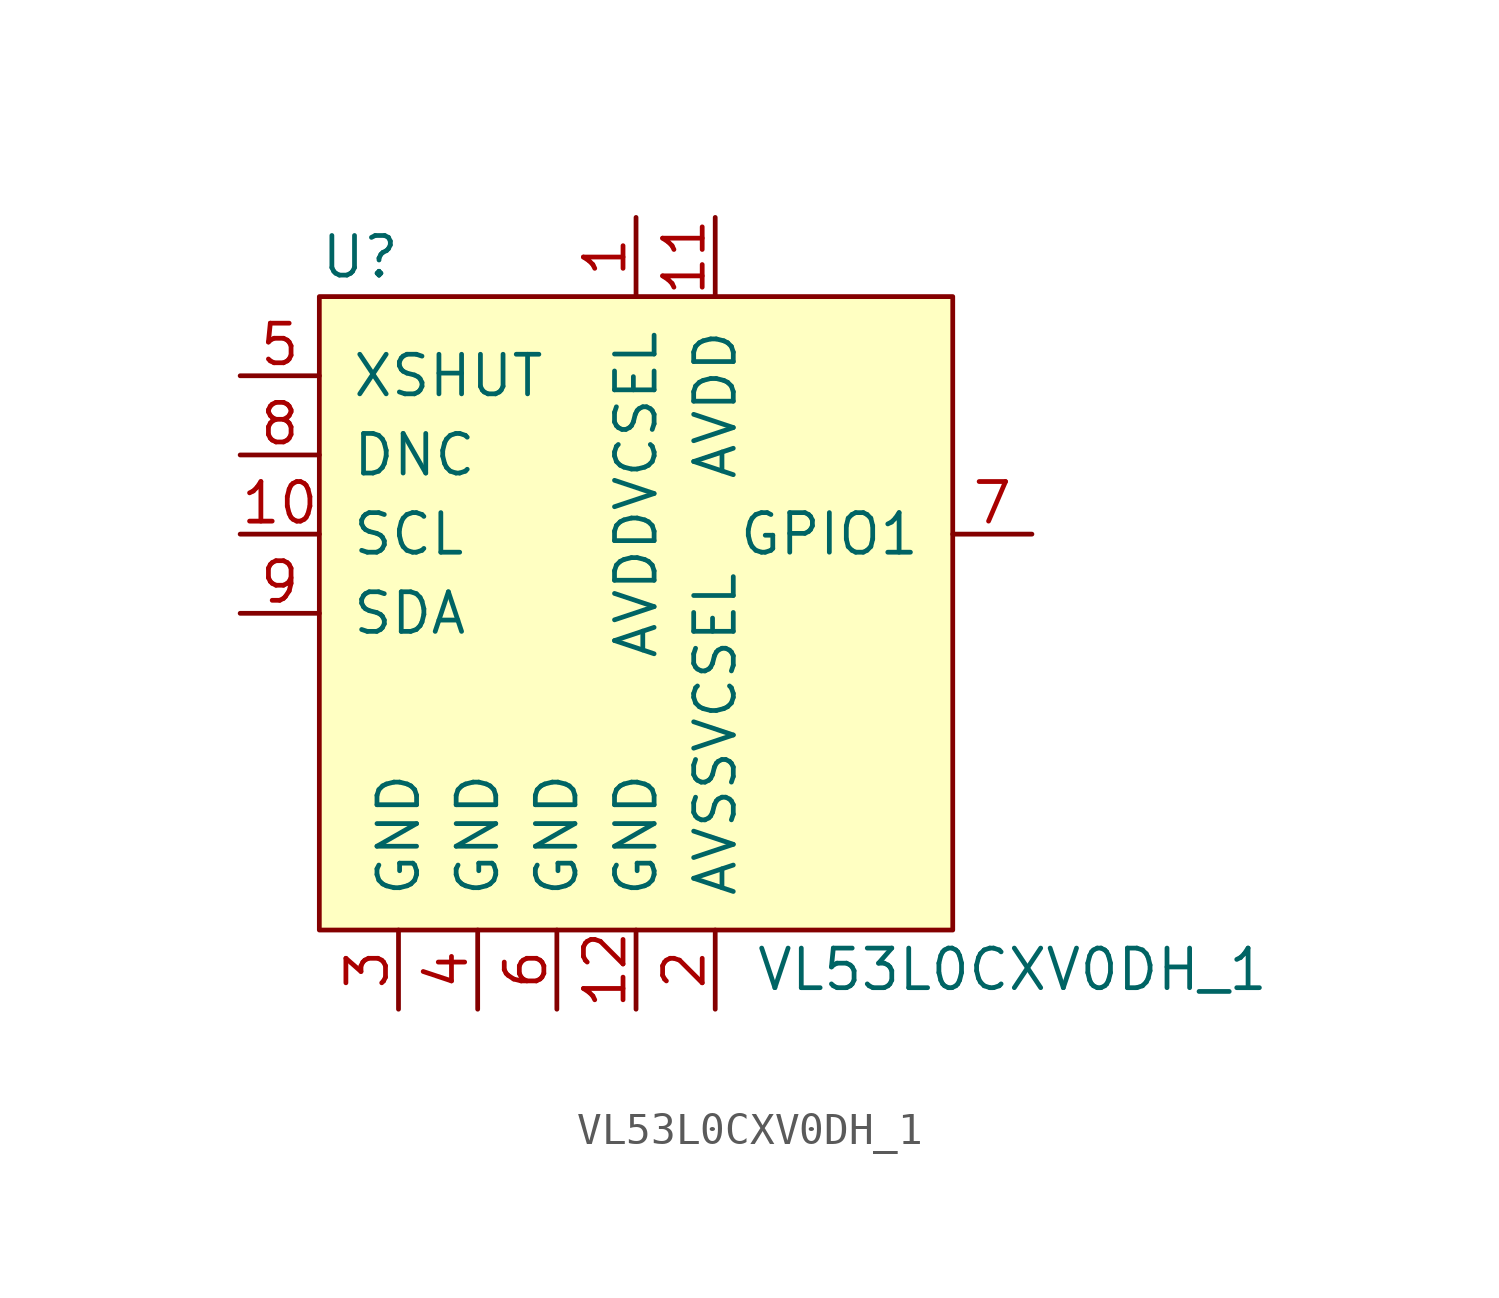
<source format=kicad_sym>
(kicad_symbol_lib
  (version 20231120)
  (generator "kicad_symbol_editor")
  (generator_version "8.0")
  (symbol "VL53L0CXV0DH_1"
    (pin_names
      (offset 1.016))
    (property "Reference" "U"
      (at -10.16 8.89 0)
      (effects (font (size 1.27 1.27)) (justify left)))
    (property "Value" "VL53L0CXV0DH_1"
      (at 3.81 -13.97 0)
      (effects (font (size 1.27 1.27)) (justify left)))
    (symbol "VL53L0CXV0DH_1_0_1"
      (rectangle (start -10.16 7.62) (end 10.16 -12.7) (stroke (width 0) (type default)) (fill (type background))))
    (symbol "VL53L0CXV0DH_1_1_1"
      (pin power_in line (at 0 10.16 270) (length 2.54) (name "AVDDVCSEL" (effects (font (size 1.27 1.27)))) (number "1" (effects (font (size 1.27 1.27)))))
      (pin input line (at -12.7 0 0) (length 2.54) (name "SCL" (effects (font (size 1.27 1.27)))) (number "10" (effects (font (size 1.27 1.27)))))
      (pin power_in line (at 2.54 10.16 270) (length 2.54) (name "AVDD" (effects (font (size 1.27 1.27)))) (number "11" (effects (font (size 1.27 1.27)))))
      (pin power_in line (at 0 -15.24 90) (length 2.54) (name "GND" (effects (font (size 1.27 1.27)))) (number "12" (effects (font (size 1.27 1.27)))))
      (pin power_in line (at 2.54 -15.24 90) (length 2.54) (name "AVSSVCSEL" (effects (font (size 1.27 1.27)))) (number "2" (effects (font (size 1.27 1.27)))))
      (pin power_in line (at -7.62 -15.24 90) (length 2.54) (name "GND" (effects (font (size 1.27 1.27)))) (number "3" (effects (font (size 1.27 1.27)))))
      (pin power_in line (at -5.08 -15.24 90) (length 2.54) (name "GND" (effects (font (size 1.27 1.27)))) (number "4" (effects (font (size 1.27 1.27)))))
      (pin input line (at -12.7 5.08 0) (length 2.54) (name "XSHUT" (effects (font (size 1.27 1.27)))) (number "5" (effects (font (size 1.27 1.27)))))
      (pin power_in line (at -2.54 -15.24 90) (length 2.54) (name "GND" (effects (font (size 1.27 1.27)))) (number "6" (effects (font (size 1.27 1.27)))))
      (pin output line (at 12.7 0 180) (length 2.54) (name "GPIO1" (effects (font (size 1.27 1.27)))) (number "7" (effects (font (size 1.27 1.27)))))
      (pin input line (at -12.7 2.54 0) (length 2.54) (name "DNC" (effects (font (size 1.27 1.27)))) (number "8" (effects (font (size 1.27 1.27)))))
      (pin bidirectional line (at -12.7 -2.54 0) (length 2.54) (name "SDA" (effects (font (size 1.27 1.27)))) (number "9" (effects (font (size 1.27 1.27))))))))
</source>
